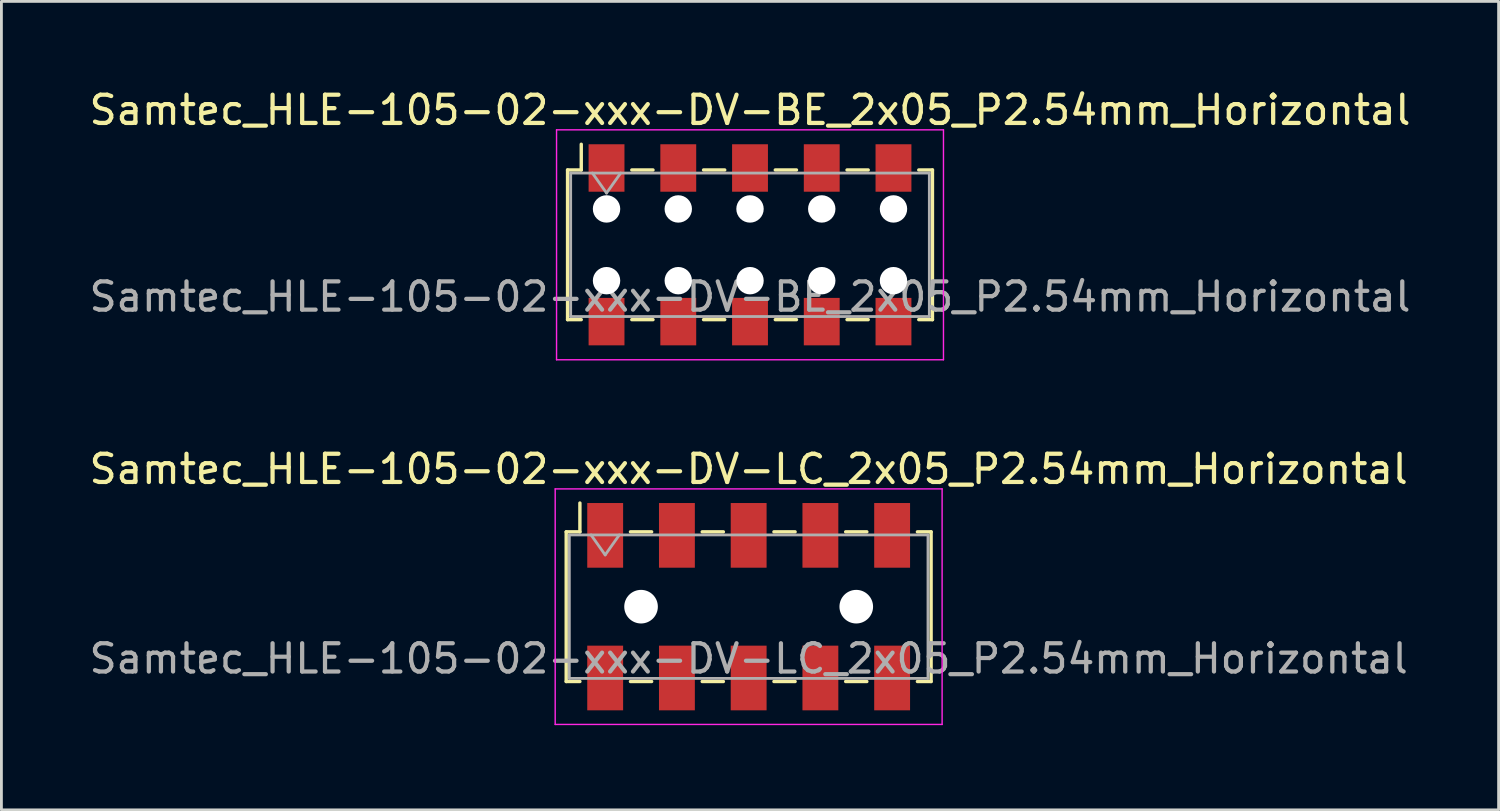
<source format=kicad_pcb>
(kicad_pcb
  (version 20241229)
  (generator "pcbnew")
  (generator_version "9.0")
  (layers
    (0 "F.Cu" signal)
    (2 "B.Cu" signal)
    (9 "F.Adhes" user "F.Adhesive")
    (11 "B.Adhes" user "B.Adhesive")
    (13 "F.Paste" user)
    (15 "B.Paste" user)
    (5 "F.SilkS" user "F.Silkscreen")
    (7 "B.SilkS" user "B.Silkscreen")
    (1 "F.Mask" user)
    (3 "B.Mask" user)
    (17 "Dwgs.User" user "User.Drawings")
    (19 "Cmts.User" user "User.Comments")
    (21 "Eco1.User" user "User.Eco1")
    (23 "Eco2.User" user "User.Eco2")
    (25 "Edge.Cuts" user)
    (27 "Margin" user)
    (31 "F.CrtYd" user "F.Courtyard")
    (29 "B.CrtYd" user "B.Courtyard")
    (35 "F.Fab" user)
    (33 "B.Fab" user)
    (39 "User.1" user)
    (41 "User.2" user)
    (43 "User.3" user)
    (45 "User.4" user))
  (footprint "Samtec_HLE-105-02-xxx-DV-LC_2x05_P2.54mm_Horizontal"
    (layer "F.Cu")
    (at 23.458 18.431)
    (property "Reference" "Samtec_HLE-105-02-xxx-DV-LC_2x05_P2.54mm_Horizontal" (at 0 -4.87 0) (layer "F.SilkS") (effects (font (size 1 1) (thickness 0.15))))
    (attr smd)
    (fp_line (start -6.46 -2.65) (end -6.46 2.65) (stroke (width 0.12) (type solid)) (layer "F.SilkS"))
    (fp_line (start -6.46 2.65) (end -5.975 2.65) (stroke (width 0.12) (type solid)) (layer "F.SilkS"))
    (fp_line (start -5.975 -3.67) (end -5.975 -2.65) (stroke (width 0.12) (type solid)) (layer "F.SilkS"))
    (fp_line (start -5.975 -2.65) (end -6.46 -2.65) (stroke (width 0.12) (type solid)) (layer "F.SilkS"))
    (fp_line (start -4.185 -2.65) (end -3.435 -2.65) (stroke (width 0.12) (type solid)) (layer "F.SilkS"))
    (fp_line (start -4.185 2.65) (end -3.435 2.65) (stroke (width 0.12) (type solid)) (layer "F.SilkS"))
    (fp_line (start -1.645 -2.65) (end -0.895 -2.65) (stroke (width 0.12) (type solid)) (layer "F.SilkS"))
    (fp_line (start -1.645 2.65) (end -0.895 2.65) (stroke (width 0.12) (type solid)) (layer "F.SilkS"))
    (fp_line (start 0.895 -2.65) (end 1.645 -2.65) (stroke (width 0.12) (type solid)) (layer "F.SilkS"))
    (fp_line (start 0.895 2.65) (end 1.645 2.65) (stroke (width 0.12) (type solid)) (layer "F.SilkS"))
    (fp_line (start 3.435 -2.65) (end 4.185 -2.65) (stroke (width 0.12) (type solid)) (layer "F.SilkS"))
    (fp_line (start 3.435 2.65) (end 4.185 2.65) (stroke (width 0.12) (type solid)) (layer "F.SilkS"))
    (fp_line (start 5.975 -2.65) (end 6.46 -2.65) (stroke (width 0.12) (type solid)) (layer "F.SilkS"))
    (fp_line (start 6.46 -2.65) (end 6.46 2.65) (stroke (width 0.12) (type solid)) (layer "F.SilkS"))
    (fp_line (start 6.46 2.65) (end 5.975 2.65) (stroke (width 0.12) (type solid)) (layer "F.SilkS"))
    (fp_line (start -6.85 -4.17) (end 6.85 -4.17) (stroke (width 0.05) (type solid)) (layer "F.CrtYd"))
    (fp_line (start -6.85 4.17) (end -6.85 -4.17) (stroke (width 0.05) (type solid)) (layer "F.CrtYd"))
    (fp_line (start 6.85 -4.17) (end 6.85 4.17) (stroke (width 0.05) (type solid)) (layer "F.CrtYd"))
    (fp_line (start 6.85 4.17) (end -6.85 4.17) (stroke (width 0.05) (type solid)) (layer "F.CrtYd"))
    (fp_line (start -6.35 -2.54) (end 6.35 -2.54) (stroke (width 0.1) (type solid)) (layer "F.Fab"))
    (fp_line (start -6.35 2.54) (end -6.35 -2.54) (stroke (width 0.1) (type solid)) (layer "F.Fab"))
    (fp_line (start -5.58 -2.54) (end -5.08 -1.833) (stroke (width 0.1) (type solid)) (layer "F.Fab"))
    (fp_line (start -5.08 -1.833) (end -4.58 -2.54) (stroke (width 0.1) (type solid)) (layer "F.Fab"))
    (fp_line (start 6.35 -2.54) (end 6.35 2.54) (stroke (width 0.1) (type solid)) (layer "F.Fab"))
    (fp_line (start 6.35 2.54) (end -6.35 2.54) (stroke (width 0.1) (type solid)) (layer "F.Fab"))
    (fp_text user "${REFERENCE}" (at 0 1.84 0) (layer "F.Fab") (effects (font (size 1 1) (thickness 0.15))))
    (pad "" np_thru_hole circle (at -3.81 0) (size 1.19 1.19) (drill 1.19) (layers "*.Cu" "*.Mask"))
    (pad "" np_thru_hole circle (at 3.81 0) (size 1.19 1.19) (drill 1.19) (layers "*.Cu" "*.Mask"))
    (pad "1" smd rect (at -5.08 -2.525) (size 1.27 2.29) (layers "F.Cu" "F.Mask" "F.Paste"))
    (pad "2" smd rect (at -5.08 2.525) (size 1.27 2.29) (layers "F.Cu" "F.Mask" "F.Paste"))
    (pad "3" smd rect (at -2.54 -2.525) (size 1.27 2.29) (layers "F.Cu" "F.Mask" "F.Paste"))
    (pad "4" smd rect (at -2.54 2.525) (size 1.27 2.29) (layers "F.Cu" "F.Mask" "F.Paste"))
    (pad "5" smd rect (at 0 -2.525) (size 1.27 2.29) (layers "F.Cu" "F.Mask" "F.Paste"))
    (pad "6" smd rect (at 0 2.525) (size 1.27 2.29) (layers "F.Cu" "F.Mask" "F.Paste"))
    (pad "7" smd rect (at 2.54 -2.525) (size 1.27 2.29) (layers "F.Cu" "F.Mask" "F.Paste"))
    (pad "8" smd rect (at 2.54 2.525) (size 1.27 2.29) (layers "F.Cu" "F.Mask" "F.Paste"))
    (pad "9" smd rect (at 5.08 -2.525) (size 1.27 2.29) (layers "F.Cu" "F.Mask" "F.Paste"))
    (pad "10" smd rect (at 5.08 2.525) (size 1.27 2.29) (layers "F.Cu" "F.Mask" "F.Paste")))
  (footprint "Samtec_HLE-105-02-xxx-DV-BE_2x05_P2.54mm_Horizontal"
    (layer "F.Cu")
    (at 23.506 5.618)
    (property "Reference" "Samtec_HLE-105-02-xxx-DV-BE_2x05_P2.54mm_Horizontal" (at 0 -4.77 0) (layer "F.SilkS") (effects (font (size 1 1) (thickness 0.15))))
    (attr smd)
    (fp_line (start -6.46 -2.65) (end -6.46 2.65) (stroke (width 0.12) (type solid)) (layer "F.SilkS"))
    (fp_line (start -6.46 2.65) (end -5.975 2.65) (stroke (width 0.12) (type solid)) (layer "F.SilkS"))
    (fp_line (start -5.975 -3.56) (end -5.975 -2.65) (stroke (width 0.12) (type solid)) (layer "F.SilkS"))
    (fp_line (start -5.975 -2.65) (end -6.46 -2.65) (stroke (width 0.12) (type solid)) (layer "F.SilkS"))
    (fp_line (start -4.185 -2.65) (end -3.435 -2.65) (stroke (width 0.12) (type solid)) (layer "F.SilkS"))
    (fp_line (start -4.185 2.65) (end -3.435 2.65) (stroke (width 0.12) (type solid)) (layer "F.SilkS"))
    (fp_line (start -1.645 -2.65) (end -0.895 -2.65) (stroke (width 0.12) (type solid)) (layer "F.SilkS"))
    (fp_line (start -1.645 2.65) (end -0.895 2.65) (stroke (width 0.12) (type solid)) (layer "F.SilkS"))
    (fp_line (start 0.895 -2.65) (end 1.645 -2.65) (stroke (width 0.12) (type solid)) (layer "F.SilkS"))
    (fp_line (start 0.895 2.65) (end 1.645 2.65) (stroke (width 0.12) (type solid)) (layer "F.SilkS"))
    (fp_line (start 3.435 -2.65) (end 4.185 -2.65) (stroke (width 0.12) (type solid)) (layer "F.SilkS"))
    (fp_line (start 3.435 2.65) (end 4.185 2.65) (stroke (width 0.12) (type solid)) (layer "F.SilkS"))
    (fp_line (start 5.975 -2.65) (end 6.46 -2.65) (stroke (width 0.12) (type solid)) (layer "F.SilkS"))
    (fp_line (start 6.46 -2.65) (end 6.46 2.65) (stroke (width 0.12) (type solid)) (layer "F.SilkS"))
    (fp_line (start 6.46 2.65) (end 5.975 2.65) (stroke (width 0.12) (type solid)) (layer "F.SilkS"))
    (fp_line (start -6.85 -4.07) (end 6.85 -4.07) (stroke (width 0.05) (type solid)) (layer "F.CrtYd"))
    (fp_line (start -6.85 4.07) (end -6.85 -4.07) (stroke (width 0.05) (type solid)) (layer "F.CrtYd"))
    (fp_line (start 6.85 -4.07) (end 6.85 4.07) (stroke (width 0.05) (type solid)) (layer "F.CrtYd"))
    (fp_line (start 6.85 4.07) (end -6.85 4.07) (stroke (width 0.05) (type solid)) (layer "F.CrtYd"))
    (fp_line (start -6.35 -2.54) (end 6.35 -2.54) (stroke (width 0.1) (type solid)) (layer "F.Fab"))
    (fp_line (start -6.35 2.54) (end -6.35 -2.54) (stroke (width 0.1) (type solid)) (layer "F.Fab"))
    (fp_line (start -5.58 -2.54) (end -5.08 -1.833) (stroke (width 0.1) (type solid)) (layer "F.Fab"))
    (fp_line (start -5.08 -1.833) (end -4.58 -2.54) (stroke (width 0.1) (type solid)) (layer "F.Fab"))
    (fp_line (start 6.35 -2.54) (end 6.35 2.54) (stroke (width 0.1) (type solid)) (layer "F.Fab"))
    (fp_line (start 6.35 2.54) (end -6.35 2.54) (stroke (width 0.1) (type solid)) (layer "F.Fab"))
    (fp_text user "${REFERENCE}" (at 0 1.84 0) (layer "F.Fab") (effects (font (size 1 1) (thickness 0.15))))
    (pad "" np_thru_hole circle (at -5.08 -1.27) (size 0.97 0.97) (drill 0.97) (layers "*.Cu" "*.Mask"))
    (pad "" np_thru_hole circle (at -5.08 1.27) (size 0.97 0.97) (drill 0.97) (layers "*.Cu" "*.Mask"))
    (pad "" np_thru_hole circle (at -2.54 -1.27) (size 0.97 0.97) (drill 0.97) (layers "*.Cu" "*.Mask"))
    (pad "" np_thru_hole circle (at -2.54 1.27) (size 0.97 0.97) (drill 0.97) (layers "*.Cu" "*.Mask"))
    (pad "" np_thru_hole circle (at 0 -1.27) (size 0.97 0.97) (drill 0.97) (layers "*.Cu" "*.Mask"))
    (pad "" np_thru_hole circle (at 0 1.27) (size 0.97 0.97) (drill 0.97) (layers "*.Cu" "*.Mask"))
    (pad "" np_thru_hole circle (at 2.54 -1.27) (size 0.97 0.97) (drill 0.97) (layers "*.Cu" "*.Mask"))
    (pad "" np_thru_hole circle (at 2.54 1.27) (size 0.97 0.97) (drill 0.97) (layers "*.Cu" "*.Mask"))
    (pad "" np_thru_hole circle (at 5.08 -1.27) (size 0.97 0.97) (drill 0.97) (layers "*.Cu" "*.Mask"))
    (pad "" np_thru_hole circle (at 5.08 1.27) (size 0.97 0.97) (drill 0.97) (layers "*.Cu" "*.Mask"))
    (pad "1" smd rect (at -5.08 -2.72) (size 1.27 1.68) (layers "F.Cu" "F.Mask" "F.Paste"))
    (pad "2" smd rect (at -5.08 2.72) (size 1.27 1.68) (layers "F.Cu" "F.Mask" "F.Paste"))
    (pad "3" smd rect (at -2.54 -2.72) (size 1.27 1.68) (layers "F.Cu" "F.Mask" "F.Paste"))
    (pad "4" smd rect (at -2.54 2.72) (size 1.27 1.68) (layers "F.Cu" "F.Mask" "F.Paste"))
    (pad "5" smd rect (at 0 -2.72) (size 1.27 1.68) (layers "F.Cu" "F.Mask" "F.Paste"))
    (pad "6" smd rect (at 0 2.72) (size 1.27 1.68) (layers "F.Cu" "F.Mask" "F.Paste"))
    (pad "7" smd rect (at 2.54 -2.72) (size 1.27 1.68) (layers "F.Cu" "F.Mask" "F.Paste"))
    (pad "8" smd rect (at 2.54 2.72) (size 1.27 1.68) (layers "F.Cu" "F.Mask" "F.Paste"))
    (pad "9" smd rect (at 5.08 -2.72) (size 1.27 1.68) (layers "F.Cu" "F.Mask" "F.Paste"))
    (pad "10" smd rect (at 5.08 2.72) (size 1.27 1.68) (layers "F.Cu" "F.Mask" "F.Paste")))
  (gr_rect
    (start -3 -3)
    (end 50.012 25.627)
    (stroke (width 0.1) (type default))
    (fill no)
    (layer "Edge.Cuts")))
</source>
